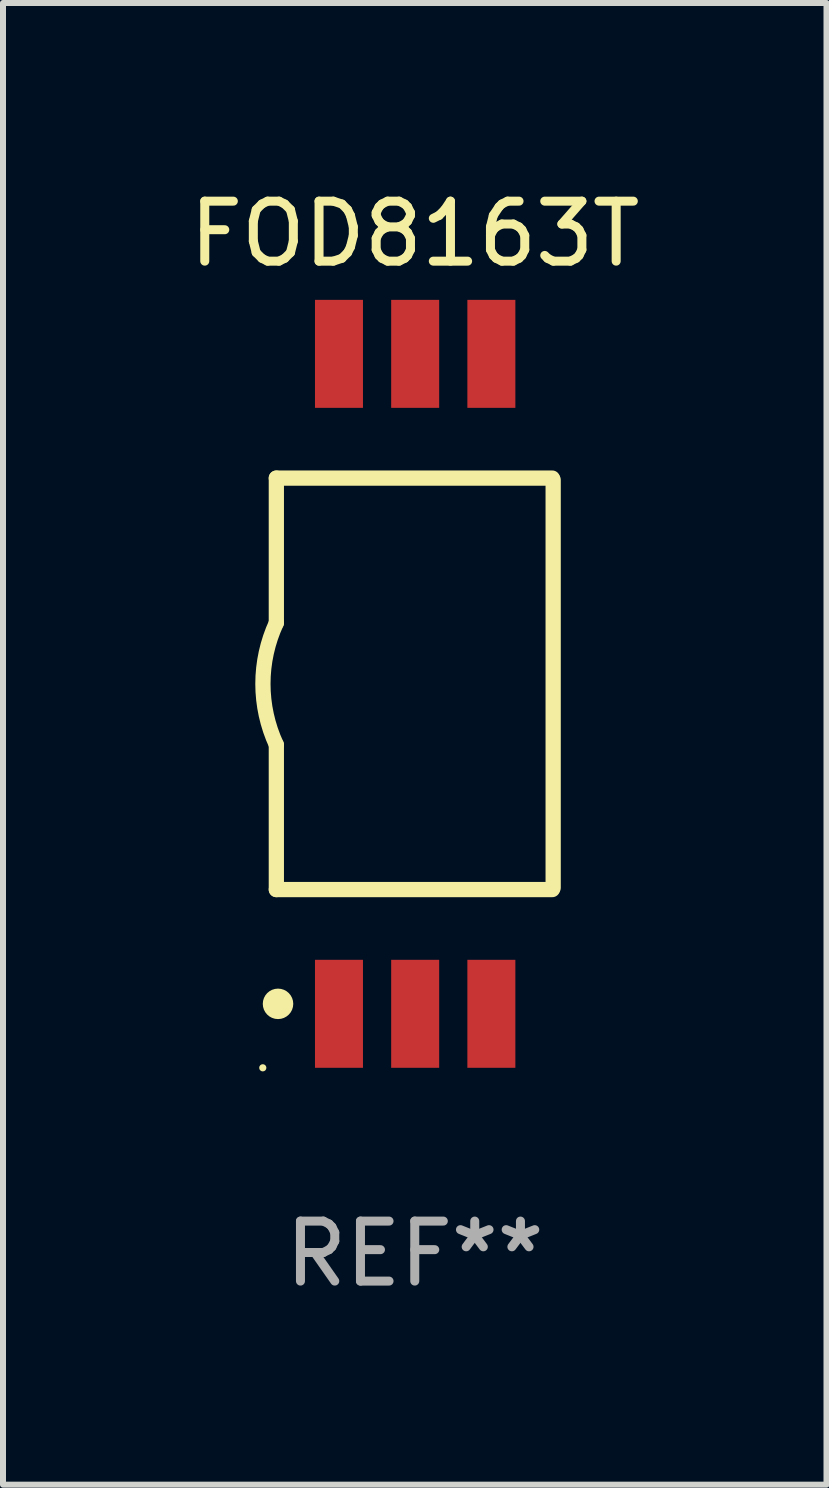
<source format=kicad_pcb>
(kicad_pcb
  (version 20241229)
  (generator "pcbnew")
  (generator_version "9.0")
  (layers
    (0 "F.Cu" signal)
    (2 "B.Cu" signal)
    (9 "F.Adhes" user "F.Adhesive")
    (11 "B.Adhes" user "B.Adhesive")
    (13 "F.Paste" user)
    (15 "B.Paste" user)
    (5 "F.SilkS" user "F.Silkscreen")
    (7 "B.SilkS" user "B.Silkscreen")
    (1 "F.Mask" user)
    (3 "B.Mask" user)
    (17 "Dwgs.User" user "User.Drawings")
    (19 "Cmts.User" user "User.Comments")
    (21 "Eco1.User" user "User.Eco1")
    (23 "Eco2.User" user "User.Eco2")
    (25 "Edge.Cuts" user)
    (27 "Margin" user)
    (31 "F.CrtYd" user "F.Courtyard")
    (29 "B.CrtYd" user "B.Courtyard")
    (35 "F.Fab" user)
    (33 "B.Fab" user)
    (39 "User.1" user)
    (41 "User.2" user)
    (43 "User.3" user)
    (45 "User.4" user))
  (footprint "FOD8163T"
    (layer "F.Cu")
    (at 3.863 8.348)
    (property "Reference" "FOD8163T" (at 0 -7.5 0) (layer "F.SilkS") (effects (font (size 1 1) (thickness 0.15))))
    (attr through_hole)
    (fp_line (start -2.307 -3.429) (end -2.307 -1.016) (stroke (width 0.254) (type solid)) (layer "F.SilkS"))
    (fp_line (start -2.307 -3.429) (end 2.293 -3.429) (stroke (width 0.254) (type solid)) (layer "F.SilkS"))
    (fp_line (start -2.307 3.429) (end -2.307 1.016) (stroke (width 0.254) (type solid)) (layer "F.SilkS"))
    (fp_line (start 2.293 3.429) (end -2.307 3.429) (stroke (width 0.254) (type solid)) (layer "F.SilkS"))
    (fp_line (start 2.307 -3.4) (end 2.307 3.4) (stroke (width 0.254) (type solid)) (layer "F.SilkS"))
    (fp_arc (start -2.306973 1.016002) (mid -2.53069 0.000003) (end -2.306998 -1.016002) (stroke (width 0.254001) (type solid)) (layer "F.SilkS"))
    (fp_circle (center -2.533 6.4) (end -2.503 6.4) (stroke (width 0.06) (type solid)) (fill no) (layer "F.SilkS"))
    (fp_circle (center -2.279 5.334) (end -2.152 5.334) (stroke (width 0.254) (type solid)) (fill no) (layer "F.SilkS"))
    (fp_text user "REF**" (at 0 9.5 0) (layer "F.Fab") (effects (font (size 1 1) (thickness 0.15))))
    (pad "1" smd rect (at -1.263 5.5 180) (size 0.8 1.8) (layers "F.Cu" "F.Mask" "F.Paste"))
    (pad "2" smd rect (at 0.007 5.5 180) (size 0.8 1.8) (layers "F.Cu" "F.Mask" "F.Paste"))
    (pad "3" smd rect (at 1.277 5.5 180) (size 0.8 1.8) (layers "F.Cu" "F.Mask" "F.Paste"))
    (pad "4" smd rect (at 1.277 -5.5 180) (size 0.8 1.8) (layers "F.Cu" "F.Mask" "F.Paste"))
    (pad "5" smd rect (at 0.007 -5.5 180) (size 0.8 1.8) (layers "F.Cu" "F.Mask" "F.Paste"))
    (pad "6" smd rect (at -1.263 -5.5 180) (size 0.8 1.8) (layers "F.Cu" "F.Mask" "F.Paste")))
  (gr_rect
    (start -3 -3)
    (end 10.726 21.696)
    (stroke (width 0.1) (type default))
    (fill no)
    (layer "Edge.Cuts")))
</source>
